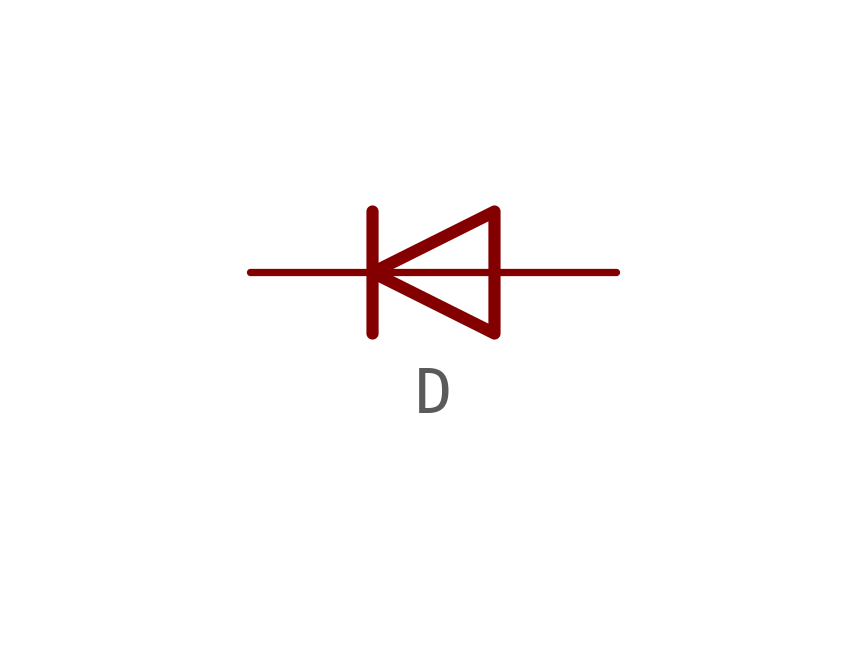
<source format=kicad_sym>
(kicad_symbol_lib
  (version 20211014)
  (generator kicad_symbol_editor)
  (symbol "D"
    (pin_numbers hide)
    (pin_names
      (offset 1.016) hide)
    (property "Reference" "D"
      (at 0 2.54 0)
      (effects (font (size 1.27 1.27)) hide))
    (symbol "D_0_1"
      (polyline (pts (xy -1.27 1.27) (xy -1.27 -1.27)) (stroke (width 0.254) (type default) (color 0 0 0 0)) (fill (type none)))
      (polyline (pts (xy 1.27 0) (xy -1.27 0)) (stroke (width 0) (type default) (color 0 0 0 0)) (fill (type none)))
      (polyline (pts (xy 1.27 1.27) (xy 1.27 -1.27) (xy -1.27 0) (xy 1.27 1.27)) (stroke (width 0.254) (type default) (color 0 0 0 0)) (fill (type none))))
    (symbol "D_1_1"
      (pin passive line (at -3.81 0 0) (length 2.54) (name "K" (effects (font (size 1.27 1.27)))) (number "1" (effects (font (size 1.27 1.27)))))
      (pin passive line (at 3.81 0 180) (length 2.54) (name "A" (effects (font (size 1.27 1.27)))) (number "2" (effects (font (size 1.27 1.27))))))))
</source>
